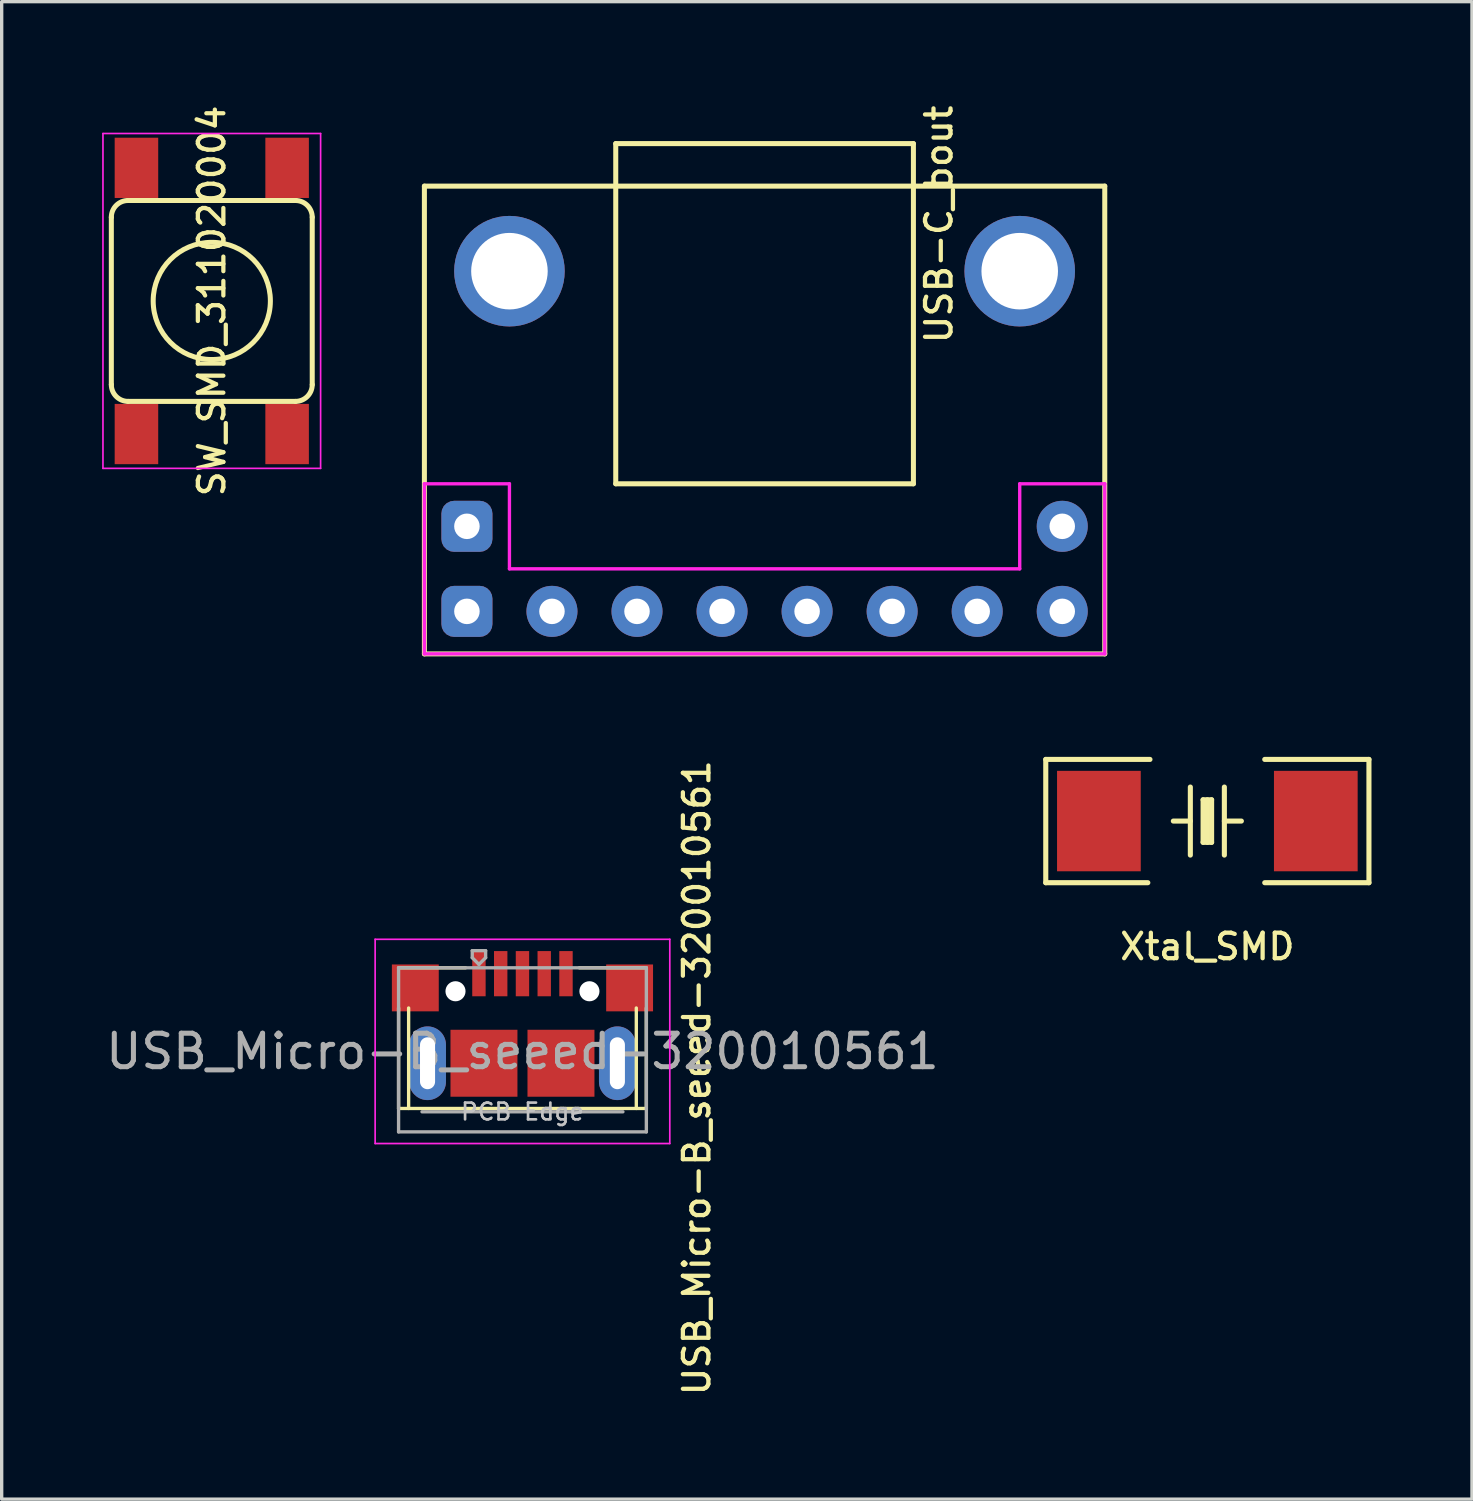
<source format=kicad_pcb>
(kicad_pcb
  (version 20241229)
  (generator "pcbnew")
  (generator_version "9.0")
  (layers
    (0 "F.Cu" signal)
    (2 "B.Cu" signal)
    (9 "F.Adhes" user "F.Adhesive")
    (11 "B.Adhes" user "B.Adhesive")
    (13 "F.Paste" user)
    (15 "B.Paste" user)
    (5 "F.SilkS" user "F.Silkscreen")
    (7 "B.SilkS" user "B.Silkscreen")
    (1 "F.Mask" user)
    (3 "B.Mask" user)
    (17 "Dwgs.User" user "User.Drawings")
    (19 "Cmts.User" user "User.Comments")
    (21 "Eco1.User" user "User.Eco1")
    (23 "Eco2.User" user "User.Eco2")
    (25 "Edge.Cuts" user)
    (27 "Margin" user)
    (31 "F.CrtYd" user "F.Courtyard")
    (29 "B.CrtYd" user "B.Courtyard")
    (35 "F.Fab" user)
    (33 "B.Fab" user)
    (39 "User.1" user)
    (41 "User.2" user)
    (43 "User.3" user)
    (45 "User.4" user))
  (footprint "USB-C_bout"
    (layer "F.Cu")
    (at 19.785 5.049)
    (property "Reference" "USB-C_bout" (at 5.207 -1.397 90) (layer "F.SilkS") (effects (font (size 0.762 0.762) (thickness 0.127))))
    (attr through_hole)
    (fp_line (start -10.16 -2.54) (end -10.16 11.43) (stroke (width 0.15) (type solid)) (layer "F.SilkS"))
    (fp_line (start -10.16 11.43) (end 10.16 11.43) (stroke (width 0.15) (type solid)) (layer "F.SilkS"))
    (fp_line (start -4.445 -3.81) (end -4.445 -2.54) (stroke (width 0.15) (type solid)) (layer "F.SilkS"))
    (fp_line (start -4.445 -3.81) (end 4.445 -3.81) (stroke (width 0.15) (type solid)) (layer "F.SilkS"))
    (fp_line (start -4.445 -2.54) (end -4.445 6.35) (stroke (width 0.15) (type solid)) (layer "F.SilkS"))
    (fp_line (start -4.445 6.35) (end 4.445 6.35) (stroke (width 0.15) (type solid)) (layer "F.SilkS"))
    (fp_line (start 4.445 -3.81) (end 4.445 -2.54) (stroke (width 0.15) (type solid)) (layer "F.SilkS"))
    (fp_line (start 4.445 6.35) (end 4.445 -2.54) (stroke (width 0.15) (type solid)) (layer "F.SilkS"))
    (fp_line (start 10.16 -2.54) (end -10.16 -2.54) (stroke (width 0.15) (type solid)) (layer "F.SilkS"))
    (fp_line (start 10.16 11.43) (end 10.16 -2.54) (stroke (width 0.15) (type solid)) (layer "F.SilkS"))
    (fp_line (start -10.16 6.35) (end -7.62 6.35) (stroke (width 0.1) (type solid)) (layer "F.CrtYd"))
    (fp_line (start -10.16 11.43) (end -10.16 6.35) (stroke (width 0.1) (type solid)) (layer "F.CrtYd"))
    (fp_line (start -7.62 6.35) (end -7.62 8.89) (stroke (width 0.1) (type solid)) (layer "F.CrtYd"))
    (fp_line (start -7.62 8.89) (end 7.62 8.89) (stroke (width 0.1) (type solid)) (layer "F.CrtYd"))
    (fp_line (start 7.62 6.35) (end 10.16 6.35) (stroke (width 0.1) (type solid)) (layer "F.CrtYd"))
    (fp_line (start 7.62 8.89) (end 7.62 6.35) (stroke (width 0.1) (type solid)) (layer "F.CrtYd"))
    (fp_line (start 10.16 6.35) (end 10.16 11.43) (stroke (width 0.1) (type solid)) (layer "F.CrtYd"))
    (fp_line (start 10.16 11.43) (end -10.16 11.43) (stroke (width 0.1) (type solid)) (layer "F.CrtYd"))
    (pad "1" thru_hole circle (at 8.89 7.62) (size 1.524 1.524) (drill 0.762) (layers "*.Cu" "*.Mask"))
    (pad "2" thru_hole circle (at 8.89 10.16) (size 1.524 1.524) (drill 0.762) (layers "*.Cu" "*.Mask"))
    (pad "3" thru_hole circle (at 6.35 10.16) (size 1.524 1.524) (drill 0.762) (layers "*.Cu" "*.Mask"))
    (pad "4" thru_hole circle (at 3.81 10.16) (size 1.524 1.524) (drill 0.762) (layers "*.Cu" "*.Mask"))
    (pad "5" thru_hole circle (at 1.27 10.16) (size 1.524 1.524) (drill 0.762) (layers "*.Cu" "*.Mask"))
    (pad "6" thru_hole circle (at -1.27 10.16) (size 1.524 1.524) (drill 0.762) (layers "*.Cu" "*.Mask"))
    (pad "7" thru_hole circle (at -3.81 10.16) (size 1.524 1.524) (drill 0.762) (layers "*.Cu" "*.Mask"))
    (pad "8" thru_hole circle (at -6.35 10.16) (size 1.524 1.524) (drill 0.762) (layers "*.Cu" "*.Mask"))
    (pad "9" thru_hole roundrect (at -8.89 10.16) (size 1.524 1.524) (drill 0.762) (layers "*.Cu" "*.Mask") (roundrect_rratio 0.25))
    (pad "10" thru_hole roundrect (at -8.89 7.62) (size 1.524 1.524) (drill 0.762) (layers "*.Cu" "*.Mask") (roundrect_rratio 0.25))
    (pad "11" thru_hole circle (at -7.62 0) (size 3.302 3.302) (drill 2.286) (layers "*.Cu" "*.Mask"))
    (pad "12" thru_hole circle (at 7.62 0) (size 3.302 3.302) (drill 2.286) (layers "*.Cu" "*.Mask")))
  (footprint "SW_SMD_311020004"
    (layer "F.Cu")
    (at 3.275 5.938)
    (property "Reference" "SW_SMD_311020004" (at 0 0 270) (layer "F.SilkS") (effects (font (size 0.762 0.762) (thickness 0.127))))
    (attr smd)
    (fp_line (start -3 2.5) (end -3 -2.5) (stroke (width 0.15) (type solid)) (layer "F.SilkS"))
    (fp_line (start -2.5 -3) (end 2.5 -3) (stroke (width 0.15) (type solid)) (layer "F.SilkS"))
    (fp_line (start 2.5 3) (end -2.5 3) (stroke (width 0.15) (type solid)) (layer "F.SilkS"))
    (fp_line (start 3 -2.5) (end 3 2.5) (stroke (width 0.15) (type solid)) (layer "F.SilkS"))
    (fp_arc (start -3 -2.5) (mid -2.853553 -2.853553) (end -2.5 -3) (stroke (width 0.15) (type solid)) (layer "F.SilkS"))
    (fp_arc (start -2.5 3) (mid -2.853553 2.853553) (end -3 2.5) (stroke (width 0.15) (type solid)) (layer "F.SilkS"))
    (fp_arc (start 2.5 -3) (mid 2.853553 -2.853553) (end 3 -2.5) (stroke (width 0.15) (type solid)) (layer "F.SilkS"))
    (fp_arc (start 3 2.5) (mid 2.853553 2.853553) (end 2.5 3) (stroke (width 0.15) (type solid)) (layer "F.SilkS"))
    (fp_circle (center 0 0) (end -1.75 0) (stroke (width 0.15) (type solid)) (fill no) (layer "F.SilkS"))
    (fp_line (start -3.25 -5) (end -3.25 5) (stroke (width 0.05) (type solid)) (layer "F.CrtYd"))
    (fp_line (start -3.25 5) (end 3.25 5) (stroke (width 0.05) (type solid)) (layer "F.CrtYd"))
    (fp_line (start 3.25 -5) (end -3.25 -5) (stroke (width 0.05) (type solid)) (layer "F.CrtYd"))
    (fp_line (start 3.25 5) (end 3.25 -5) (stroke (width 0.05) (type solid)) (layer "F.CrtYd"))
    (pad "1" smd rect (at -2.25 -3.975 270) (size 1.8 1.3) (layers "F.Cu" "F.Mask" "F.Paste"))
    (pad "2" smd rect (at 2.25 -3.975 270) (size 1.8 1.3) (layers "F.Cu" "F.Mask" "F.Paste"))
    (pad "3" smd rect (at -2.25 3.975 270) (size 1.8 1.3) (layers "F.Cu" "F.Mask" "F.Paste"))
    (pad "4" smd rect (at 2.25 3.975 270) (size 1.8 1.3) (layers "F.Cu" "F.Mask" "F.Paste")))
  (footprint "USB_Micro-B_seeed-320010561"
    (layer "F.Cu")
    (at 12.554 30.155)
    (property "Reference" "USB_Micro-B_seeed-320010561" (at 5.207 -1.016 270) (layer "F.SilkS") (effects (font (size 0.762 0.762) (thickness 0.127))))
    (attr smd)
    (fp_line (start -3.7 -3.1) (end -3.7 -0.1) (stroke (width 0.1) (type solid)) (layer "F.SilkS"))
    (fp_line (start -3.4 -0.1) (end -3.4 -3.1) (stroke (width 0.1) (type solid)) (layer "F.SilkS"))
    (fp_line (start -1.7 -4.3) (end -3.7 -4.3) (stroke (width 0.1) (type solid)) (layer "F.SilkS"))
    (fp_line (start 1.7 -4.3) (end 3.7 -4.3) (stroke (width 0.1) (type solid)) (layer "F.SilkS"))
    (fp_line (start 3.4 -3.1) (end 3.4 -0.1) (stroke (width 0.1) (type solid)) (layer "F.SilkS"))
    (fp_line (start 3.7 -0.1) (end -3.7 -0.1) (stroke (width 0.1) (type solid)) (layer "F.SilkS"))
    (fp_line (start 3.7 -0.1) (end 3.7 -3.1) (stroke (width 0.1) (type solid)) (layer "F.SilkS"))
    (fp_line (start -4.4 -5.152) (end 4.4 -5.152) (stroke (width 0.05) (type solid)) (layer "F.CrtYd"))
    (fp_line (start -4.4 0.948) (end -4.4 -5.152) (stroke (width 0.05) (type solid)) (layer "F.CrtYd"))
    (fp_line (start -4.4 0.948) (end 4.4 0.948) (stroke (width 0.05) (type solid)) (layer "F.CrtYd"))
    (fp_line (start 4.4 -5.152) (end 4.4 0.948) (stroke (width 0.05) (type solid)) (layer "F.CrtYd"))
    (fp_line (start -3.7 -4.3) (end 3.7 -4.3) (stroke (width 0.1) (type solid)) (layer "F.Fab"))
    (fp_line (start -3.7 0.6) (end -3.7 -4.3) (stroke (width 0.1) (type solid)) (layer "F.Fab"))
    (fp_line (start -3.7 0.6) (end 3.7 0.6) (stroke (width 0.1) (type solid)) (layer "F.Fab"))
    (fp_line (start -3 0) (end 3 0) (stroke (width 0.1) (type solid)) (layer "F.Fab"))
    (fp_line (start -1.5 -4.812) (end -1.5 -4.602) (stroke (width 0.1) (type solid)) (layer "F.Fab"))
    (fp_line (start -1.5 -4.812) (end -1.1 -4.812) (stroke (width 0.1) (type solid)) (layer "F.Fab"))
    (fp_line (start -1.3 -4.402) (end -1.5 -4.602) (stroke (width 0.1) (type solid)) (layer "F.Fab"))
    (fp_line (start -1.1 -4.812) (end -1.1 -4.602) (stroke (width 0.1) (type solid)) (layer "F.Fab"))
    (fp_line (start -1.1 -4.602) (end -1.3 -4.402) (stroke (width 0.1) (type solid)) (layer "F.Fab"))
    (fp_line (start 3.7 0.6) (end 3.7 -4.3) (stroke (width 0.1) (type solid)) (layer "F.Fab"))
    (fp_text user "PCB Edge" (at 0 -0.002 0) (layer "Dwgs.User") (effects (font (size 0.5 0.5) (thickness 0.08))))
    (fp_text user "${REFERENCE}" (at 0 -1.802 0) (layer "F.Fab") (effects (font (size 1 1) (thickness 0.15))))
    (pad "" np_thru_hole circle (at -2 -3.6) (size 0.6 0.6) (drill 0.6) (layers "*.Cu" "*.Mask"))
    (pad "" np_thru_hole circle (at 2 -3.6) (size 0.6 0.6) (drill 0.6) (layers "*.Cu" "*.Mask"))
    (pad "1" smd rect (at -1.3 -4.125) (size 0.4 1.35) (layers "F.Cu" "F.Mask" "F.Paste"))
    (pad "2" smd rect (at -0.65 -4.125) (size 0.4 1.35) (layers "F.Cu" "F.Mask" "F.Paste"))
    (pad "3" smd rect (at 0 -4.125) (size 0.4 1.35) (layers "F.Cu" "F.Mask" "F.Paste"))
    (pad "4" smd rect (at 0.65 -4.125) (size 0.4 1.35) (layers "F.Cu" "F.Mask" "F.Paste"))
    (pad "5" smd rect (at 1.3 -4.125) (size 0.4 1.35) (layers "F.Cu" "F.Mask" "F.Paste"))
    (pad "6" smd rect (at -3.2 -3.7) (size 1.4 1.4) (layers "F.Cu" "F.Mask" "F.Paste"))
    (pad "6" thru_hole oval (at -2.835 -1.45 180) (size 1.1 2.2) (drill oval 0.45 1.55) (layers "*.Cu" "*.Mask"))
    (pad "6" smd rect (at -1.15 -1.45) (size 2 2) (layers "F.Cu" "F.Mask" "F.Paste"))
    (pad "6" smd rect (at 1.15 -1.45) (size 2 2) (layers "F.Cu" "F.Mask" "F.Paste"))
    (pad "6" thru_hole oval (at 2.835 -1.45) (size 1.1 2.2) (drill oval 0.45 1.55) (layers "*.Cu" "*.Mask"))
    (pad "6" smd rect (at 3.2 -3.7) (size 1.4 1.4) (layers "F.Cu" "F.Mask" "F.Paste")))
  (footprint "Xtal_SMD"
    (layer "F.Cu")
    (at 33.009 21.472)
    (property "Reference" "Xtal_SMD" (at 0 3.75 0) (layer "F.SilkS") (effects (font (size 0.762 0.762) (thickness 0.127))))
    (attr smd)
    (fp_line (start -4.826 -1.841) (end -4.826 1.841) (stroke (width 0.152) (type solid)) (layer "F.SilkS"))
    (fp_line (start -4.826 1.841) (end -1.778 1.841) (stroke (width 0.152) (type solid)) (layer "F.SilkS"))
    (fp_line (start -1.714 -1.841) (end -4.826 -1.841) (stroke (width 0.152) (type solid)) (layer "F.SilkS"))
    (fp_line (start -0.508 -1.016) (end -0.508 1.016) (stroke (width 0.152) (type solid)) (layer "F.SilkS"))
    (fp_line (start -0.508 0) (end -1.016 0) (stroke (width 0.152) (type solid)) (layer "F.SilkS"))
    (fp_line (start -0.127 -0.635) (end -0.127 0.635) (stroke (width 0.152) (type solid)) (layer "F.SilkS"))
    (fp_line (start -0.127 -0.635) (end 0.127 -0.635) (stroke (width 0.152) (type solid)) (layer "F.SilkS"))
    (fp_line (start 0 -0.635) (end 0 0.635) (stroke (width 0.152) (type solid)) (layer "F.SilkS"))
    (fp_line (start 0.127 -0.635) (end 0.127 0.635) (stroke (width 0.152) (type solid)) (layer "F.SilkS"))
    (fp_line (start 0.127 0.635) (end -0.127 0.635) (stroke (width 0.152) (type solid)) (layer "F.SilkS"))
    (fp_line (start 0.508 0) (end 1.016 0) (stroke (width 0.152) (type solid)) (layer "F.SilkS"))
    (fp_line (start 0.508 1.016) (end 0.508 -1.016) (stroke (width 0.152) (type solid)) (layer "F.SilkS"))
    (fp_line (start 1.714 -1.841) (end 4.826 -1.841) (stroke (width 0.152) (type solid)) (layer "F.SilkS"))
    (fp_line (start 4.826 -1.841) (end 4.826 1.841) (stroke (width 0.152) (type solid)) (layer "F.SilkS"))
    (fp_line (start 4.826 1.841) (end 1.714 1.841) (stroke (width 0.152) (type solid)) (layer "F.SilkS"))
    (pad "1" smd rect (at 3.239 0) (size 2.5 3) (layers "F.Cu" "F.Mask" "F.Paste"))
    (pad "2" smd rect (at -3.239 0) (size 2.5 3) (layers "F.Cu" "F.Mask" "F.Paste")))
  (gr_rect
    (start -3 -3)
    (end 40.912 41.724)
    (stroke (width 0.1) (type default))
    (fill no)
    (layer "Edge.Cuts")))
</source>
